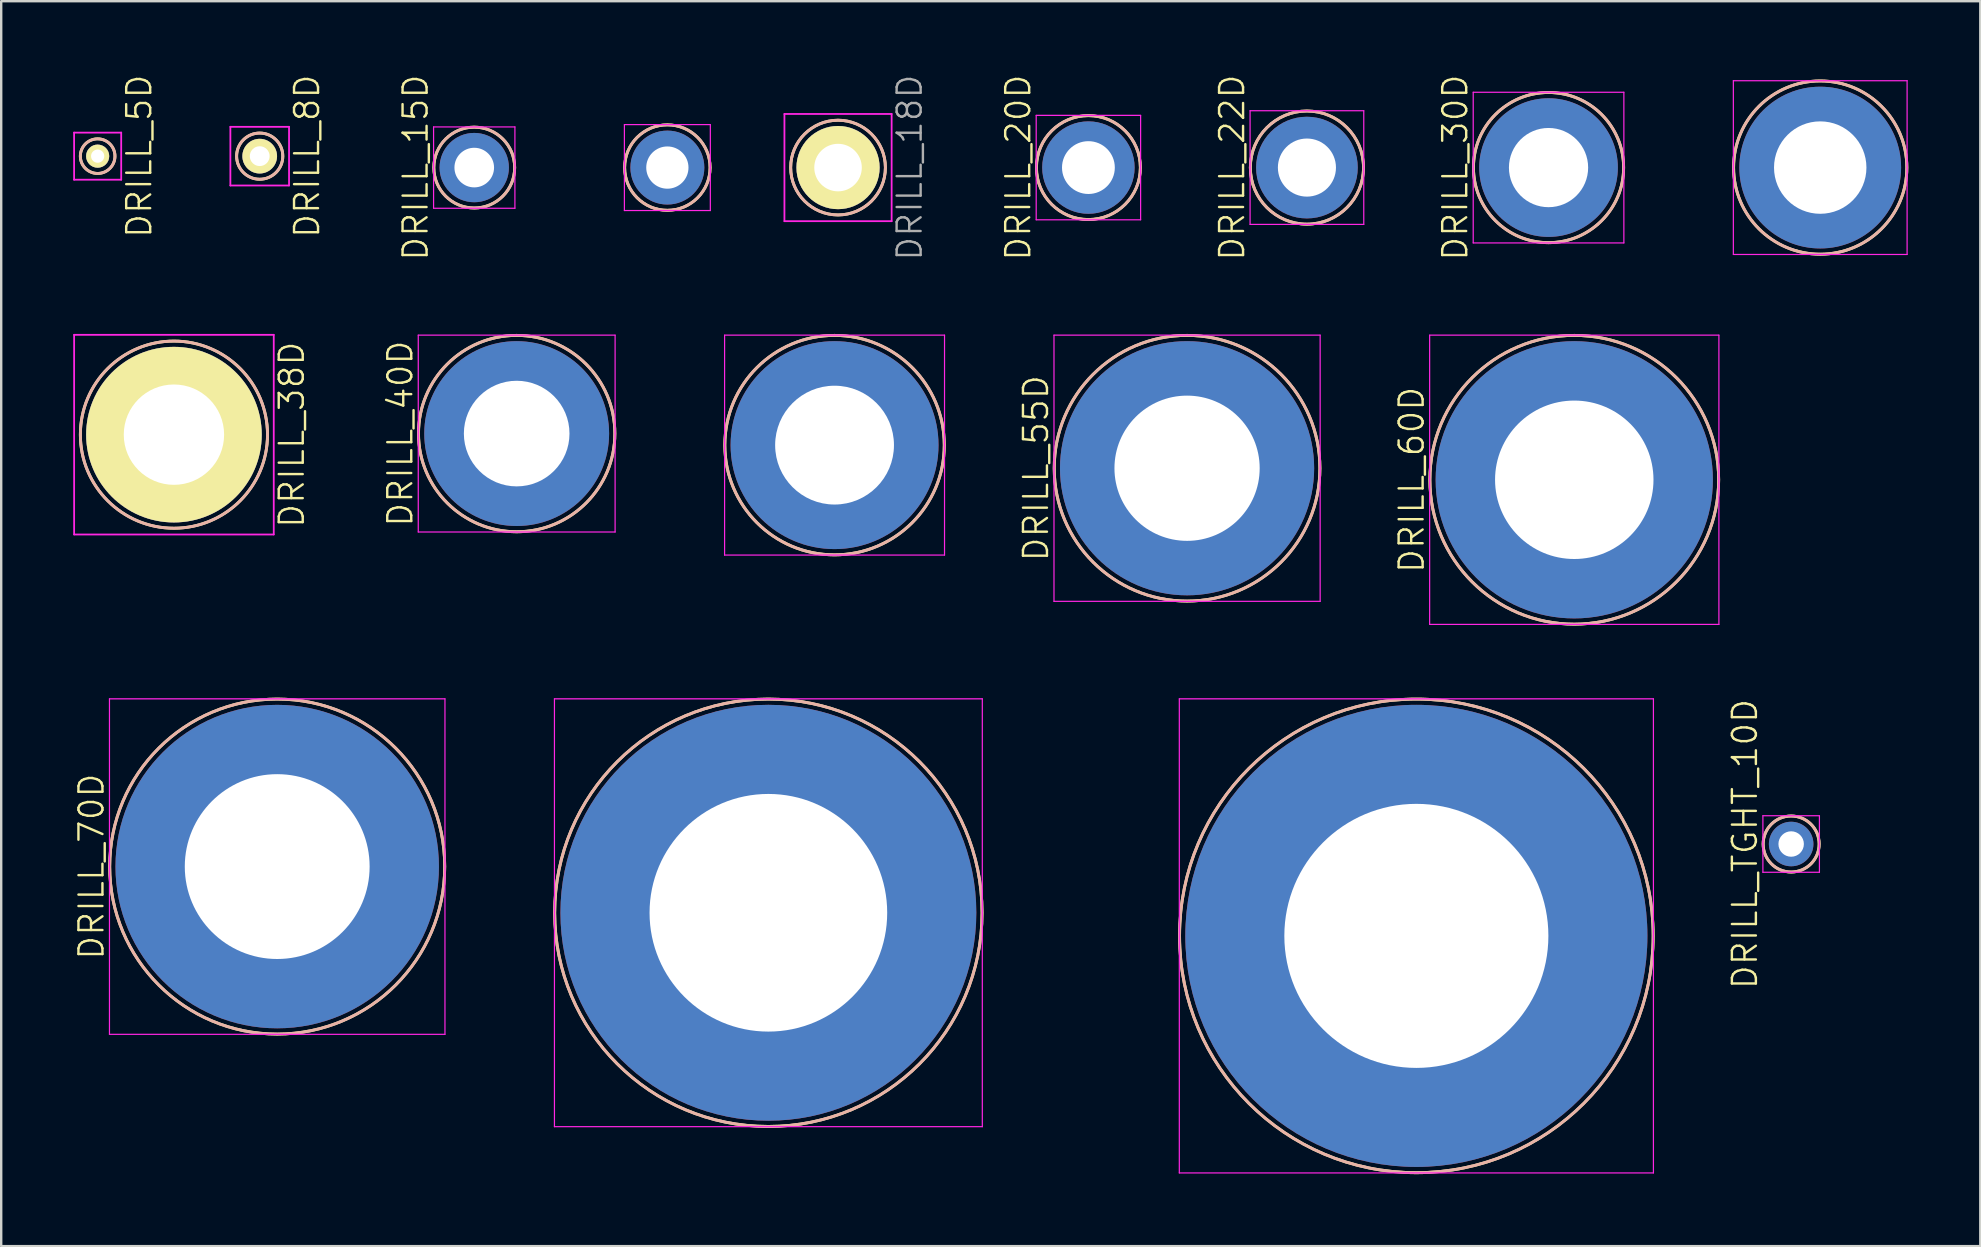
<source format=kicad_pcb>
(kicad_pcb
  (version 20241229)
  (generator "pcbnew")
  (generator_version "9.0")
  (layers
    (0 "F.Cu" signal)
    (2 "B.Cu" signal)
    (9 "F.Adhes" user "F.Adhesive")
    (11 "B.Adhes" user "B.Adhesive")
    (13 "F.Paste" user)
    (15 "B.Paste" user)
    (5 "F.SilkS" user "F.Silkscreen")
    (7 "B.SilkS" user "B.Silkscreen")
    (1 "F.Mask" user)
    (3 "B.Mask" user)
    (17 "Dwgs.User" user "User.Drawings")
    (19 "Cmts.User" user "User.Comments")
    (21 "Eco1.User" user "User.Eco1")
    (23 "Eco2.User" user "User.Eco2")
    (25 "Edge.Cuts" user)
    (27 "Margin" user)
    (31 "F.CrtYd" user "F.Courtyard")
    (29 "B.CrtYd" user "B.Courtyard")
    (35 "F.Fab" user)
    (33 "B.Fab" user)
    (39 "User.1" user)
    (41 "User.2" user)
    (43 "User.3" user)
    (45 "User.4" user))
  (footprint "DRILL_15D"
    (layer "F.Cu")
    (at 16.706 3.931)
    (property "Reference" "DRILL_15D" (at -2.444 0 90) (layer "F.SilkS") (effects (font (size 1 1) (thickness 0.1))))
    (attr through_hole)
    (fp_circle (center 0 0) (end 1.684 0) (stroke (width 0.12) (type solid)) (fill no) (layer "F.SilkS"))
    (fp_circle (center 0 0) (end 1.684 0) (stroke (width 0.12) (type solid)) (fill no) (layer "B.SilkS"))
    (fp_line (start -1.694 -1.694) (end -1.694 1.694) (stroke (width 0.05) (type solid)) (layer "F.CrtYd"))
    (fp_line (start -1.694 1.694) (end 1.694 1.694) (stroke (width 0.05) (type solid)) (layer "F.CrtYd"))
    (fp_line (start 1.694 -1.694) (end -1.694 -1.694) (stroke (width 0.05) (type solid)) (layer "F.CrtYd"))
    (fp_line (start 1.694 1.694) (end 1.694 -1.694) (stroke (width 0.05) (type solid)) (layer "F.CrtYd"))
    (pad "1" thru_hole oval (at 0 0) (size 2.888 2.888) (drill 1.65) (layers "*.Cu" "*.Mask")))
  (footprint "DRILL_60D"
    (layer "F.Cu")
    (at 62.531 16.937)
    (property "Reference" "DRILL_60D" (at -6.775 0 90) (layer "F.SilkS") (effects (font (size 1 1) (thickness 0.1))))
    (attr through_hole)
    (fp_circle (center 0 0) (end 6.015 0) (stroke (width 0.12) (type solid)) (fill no) (layer "F.SilkS"))
    (fp_circle (center 0 0) (end 6.015 0) (stroke (width 0.12) (type solid)) (fill no) (layer "B.SilkS"))
    (fp_line (start -6.025 -6.025) (end -6.025 6.025) (stroke (width 0.05) (type solid)) (layer "F.CrtYd"))
    (fp_line (start -6.025 6.025) (end 6.025 6.025) (stroke (width 0.05) (type solid)) (layer "F.CrtYd"))
    (fp_line (start 6.025 -6.025) (end -6.025 -6.025) (stroke (width 0.05) (type solid)) (layer "F.CrtYd"))
    (fp_line (start 6.025 6.025) (end 6.025 -6.025) (stroke (width 0.05) (type solid)) (layer "F.CrtYd"))
    (pad "1" thru_hole oval (at 0 0) (size 11.55 11.55) (drill 6.6) (layers "*.Cu" "*.Mask")))
  (footprint "DRILL_8D"
    (layer "F.Cu")
    (at 7.769 3.455)
    (property "Reference" "DRILL_8D" (at 1.972 0 90) (layer "F.SilkS") (effects (font (size 1 1) (thickness 0.1))))
    (attr through_hole)
    (fp_circle (center 0 0) (end 0.962 0) (stroke (width 0.12) (type solid)) (fill no) (layer "F.SilkS"))
    (fp_circle (center 0 0) (end 0.962 0) (stroke (width 0.12) (type solid)) (fill no) (layer "B.SilkS"))
    (fp_line (start -1.222 -1.222) (end -1.222 1.222) (stroke (width 0.075) (type solid)) (layer "F.CrtYd"))
    (fp_line (start -1.222 1.222) (end 1.222 1.222) (stroke (width 0.075) (type solid)) (layer "F.CrtYd"))
    (fp_line (start 1.222 -1.222) (end -1.222 -1.222) (stroke (width 0.075) (type solid)) (layer "F.CrtYd"))
    (fp_line (start 1.222 1.222) (end 1.222 -1.222) (stroke (width 0.075) (type solid)) (layer "F.CrtYd"))
    (pad "1" thru_hole oval (at 0 0) (size 1.444 1.444) (drill 0.825) (layers "*.Cu" "*.Mask" "F.SilkS")))
  (footprint "DRILL_45D"
    (layer "F.Cu")
    (at 31.716 15.493)
    (property "Reference" "DRILL_45D" (at -5.331 0 90) (layer "User.1") (effects (font (size 1 1) (thickness 0.1))))
    (attr through_hole)
    (fp_circle (center 0 0) (end 4.571 0) (stroke (width 0.12) (type solid)) (fill no) (layer "F.SilkS"))
    (fp_circle (center 0 0) (end 4.571 0) (stroke (width 0.12) (type solid)) (fill no) (layer "B.SilkS"))
    (fp_line (start -4.581 -4.581) (end -4.581 4.581) (stroke (width 0.05) (type solid)) (layer "F.CrtYd"))
    (fp_line (start -4.581 4.581) (end 4.581 4.581) (stroke (width 0.05) (type solid)) (layer "F.CrtYd"))
    (fp_line (start 4.581 -4.581) (end -4.581 -4.581) (stroke (width 0.05) (type solid)) (layer "F.CrtYd"))
    (fp_line (start 4.581 4.581) (end 4.581 -4.581) (stroke (width 0.05) (type solid)) (layer "F.CrtYd"))
    (pad "1" thru_hole oval (at 0 0) (size 8.662 8.662) (drill 4.95) (layers "*.Cu" "*.Mask")))
  (footprint "DRILL_20D"
    (layer "F.Cu")
    (at 42.291 3.931)
    (property "Reference" "DRILL_20D" (at -2.925 0 90) (layer "F.SilkS") (effects (font (size 1 1) (thickness 0.1))))
    (attr through_hole)
    (fp_circle (center 0 0) (end 2.165 0) (stroke (width 0.12) (type solid)) (fill no) (layer "F.SilkS"))
    (fp_circle (center 0 0) (end 2.165 0) (stroke (width 0.12) (type solid)) (fill no) (layer "B.SilkS"))
    (fp_line (start -2.175 -2.175) (end -2.175 2.175) (stroke (width 0.05) (type solid)) (layer "F.CrtYd"))
    (fp_line (start -2.175 2.175) (end 2.175 2.175) (stroke (width 0.05) (type solid)) (layer "F.CrtYd"))
    (fp_line (start 2.175 -2.175) (end -2.175 -2.175) (stroke (width 0.05) (type solid)) (layer "F.CrtYd"))
    (fp_line (start 2.175 2.175) (end 2.175 -2.175) (stroke (width 0.05) (type solid)) (layer "F.CrtYd"))
    (pad "1" thru_hole oval (at 0 0) (size 3.85 3.85) (drill 2.2) (layers "*.Cu" "*.Mask")))
  (footprint "DRILL_38D"
    (layer "F.Cu")
    (at 4.196 15.057)
    (property "Reference" "DRILL_38D" (at 4.908 0 90) (layer "F.SilkS") (effects (font (size 1 1) (thickness 0.1))))
    (attr through_hole)
    (fp_circle (center 0 0) (end 3.898 0) (stroke (width 0.12) (type solid)) (fill no) (layer "F.SilkS"))
    (fp_circle (center 0 0) (end 3.898 0) (stroke (width 0.12) (type solid)) (fill no) (layer "B.SilkS"))
    (fp_line (start -4.158 -4.158) (end -4.158 4.158) (stroke (width 0.075) (type solid)) (layer "F.CrtYd"))
    (fp_line (start -4.158 4.158) (end 4.158 4.158) (stroke (width 0.075) (type solid)) (layer "F.CrtYd"))
    (fp_line (start 4.158 -4.158) (end -4.158 -4.158) (stroke (width 0.075) (type solid)) (layer "F.CrtYd"))
    (fp_line (start 4.158 4.158) (end 4.158 -4.158) (stroke (width 0.075) (type solid)) (layer "F.CrtYd"))
    (pad "1" thru_hole oval (at 0 0) (size 7.315 7.315) (drill 4.18) (layers "*.Cu" "*.Mask" "F.SilkS")))
  (footprint "DRILL_35D"
    (layer "F.Cu")
    (at 72.777 3.931)
    (property "Reference" "DRILL_35D" (at -4.369 0 90) (layer "User.1") (effects (font (size 1 1) (thickness 0.1))))
    (attr through_hole)
    (fp_circle (center 0 0) (end 3.609 0) (stroke (width 0.12) (type solid)) (fill no) (layer "F.SilkS"))
    (fp_circle (center 0 0) (end 3.609 0) (stroke (width 0.12) (type solid)) (fill no) (layer "B.SilkS"))
    (fp_line (start -3.619 -3.619) (end -3.619 3.619) (stroke (width 0.05) (type solid)) (layer "F.CrtYd"))
    (fp_line (start -3.619 3.619) (end 3.619 3.619) (stroke (width 0.05) (type solid)) (layer "F.CrtYd"))
    (fp_line (start 3.619 -3.619) (end -3.619 -3.619) (stroke (width 0.05) (type solid)) (layer "F.CrtYd"))
    (fp_line (start 3.619 3.619) (end 3.619 -3.619) (stroke (width 0.05) (type solid)) (layer "F.CrtYd"))
    (pad "1" thru_hole oval (at 0 0) (size 6.738 6.738) (drill 3.85) (layers "*.Cu" "*.Mask")))
  (footprint "DRILL_TGHT_10D"
    (layer "F.Cu")
    (at 71.566 32.11)
    (property "Reference" "DRILL_TGHT_10D" (at -1.927 0 90) (layer "F.SilkS") (effects (font (size 1 1) (thickness 0.1))))
    (attr through_hole)
    (fp_circle (center 0 0) (end 1.167 0) (stroke (width 0.12) (type solid)) (fill no) (layer "F.SilkS"))
    (fp_circle (center 0 0) (end 1.167 0) (stroke (width 0.12) (type solid)) (fill no) (layer "B.SilkS"))
    (fp_line (start -1.177 -1.177) (end -1.177 1.177) (stroke (width 0.05) (type solid)) (layer "F.CrtYd"))
    (fp_line (start -1.177 1.177) (end 1.177 1.177) (stroke (width 0.05) (type solid)) (layer "F.CrtYd"))
    (fp_line (start 1.177 -1.177) (end -1.177 -1.177) (stroke (width 0.05) (type solid)) (layer "F.CrtYd"))
    (fp_line (start 1.177 1.177) (end 1.177 -1.177) (stroke (width 0.05) (type solid)) (layer "F.CrtYd"))
    (pad "1" thru_hole oval (at 0 0) (size 1.855 1.855) (drill 1.06) (layers "*.Cu" "*.Mask")))
  (footprint "DRILL_55D"
    (layer "F.Cu")
    (at 46.401 16.456)
    (property "Reference" "DRILL_55D" (at -6.294 0 90) (layer "F.SilkS") (effects (font (size 1 1) (thickness 0.1))))
    (attr through_hole)
    (fp_circle (center 0 0) (end 5.534 0) (stroke (width 0.12) (type solid)) (fill no) (layer "F.SilkS"))
    (fp_circle (center 0 0) (end 5.534 0) (stroke (width 0.12) (type solid)) (fill no) (layer "B.SilkS"))
    (fp_line (start -5.544 -5.544) (end -5.544 5.544) (stroke (width 0.05) (type solid)) (layer "F.CrtYd"))
    (fp_line (start -5.544 5.544) (end 5.544 5.544) (stroke (width 0.05) (type solid)) (layer "F.CrtYd"))
    (fp_line (start 5.544 -5.544) (end -5.544 -5.544) (stroke (width 0.05) (type solid)) (layer "F.CrtYd"))
    (fp_line (start 5.544 5.544) (end 5.544 -5.544) (stroke (width 0.05) (type solid)) (layer "F.CrtYd"))
    (pad "1" thru_hole oval (at 0 0) (size 10.588 10.588) (drill 6.05) (layers "*.Cu" "*.Mask")))
  (footprint "DRILL_18D"
    (layer "F.Cu")
    (at 31.861 3.931)
    (property "Reference" "DRILL_18D" (at 2.983 0 90) (layer "F.Fab") (effects (font (size 1 1) (thickness 0.1))))
    (attr through_hole)
    (fp_circle (center 0 0) (end 1.973 0) (stroke (width 0.12) (type solid)) (fill no) (layer "F.SilkS"))
    (fp_circle (center 0 0) (end 1.973 0) (stroke (width 0.12) (type solid)) (fill no) (layer "B.SilkS"))
    (fp_line (start -2.233 -2.233) (end -2.233 2.233) (stroke (width 0.075) (type solid)) (layer "F.CrtYd"))
    (fp_line (start -2.233 2.233) (end 2.233 2.233) (stroke (width 0.075) (type solid)) (layer "F.CrtYd"))
    (fp_line (start 2.233 -2.233) (end -2.233 -2.233) (stroke (width 0.075) (type solid)) (layer "F.CrtYd"))
    (fp_line (start 2.233 2.233) (end 2.233 -2.233) (stroke (width 0.075) (type solid)) (layer "F.CrtYd"))
    (pad "D" thru_hole oval (at 0 0) (size 3.465 3.465) (drill 1.98) (layers "*.Cu" "*.Mask" "F.SilkS")))
  (footprint "DRILL_30D"
    (layer "F.Cu")
    (at 61.459 3.931)
    (property "Reference" "DRILL_30D" (at -3.888 0 90) (layer "F.SilkS") (effects (font (size 1 1) (thickness 0.1))))
    (attr through_hole)
    (fp_circle (center 0 0) (end 3.128 0) (stroke (width 0.12) (type solid)) (fill no) (layer "F.SilkS"))
    (fp_circle (center 0 0) (end 3.128 0) (stroke (width 0.12) (type solid)) (fill no) (layer "B.SilkS"))
    (fp_line (start -3.138 -3.138) (end -3.138 3.138) (stroke (width 0.05) (type solid)) (layer "F.CrtYd"))
    (fp_line (start -3.138 3.138) (end 3.138 3.138) (stroke (width 0.05) (type solid)) (layer "F.CrtYd"))
    (fp_line (start 3.138 -3.138) (end -3.138 -3.138) (stroke (width 0.05) (type solid)) (layer "F.CrtYd"))
    (fp_line (start 3.138 3.138) (end 3.138 -3.138) (stroke (width 0.05) (type solid)) (layer "F.CrtYd"))
    (pad "1" thru_hole oval (at 0 0) (size 5.775 5.775) (drill 3.3) (layers "*.Cu" "*.Mask")))
  (footprint "DRILL_100D"
    (layer "F.Cu")
    (at 55.953 35.937)
    (property "Reference" "DRILL_100D" (at -10.625 0 0) (layer "User.1") (effects (font (size 1 1) (thickness 0.1))))
    (attr through_hole)
    (fp_circle (center 0 0) (end 9.865 0) (stroke (width 0.12) (type solid)) (fill no) (layer "F.SilkS"))
    (fp_circle (center 0 0) (end 9.865 0) (stroke (width 0.12) (type solid)) (fill no) (layer "B.SilkS"))
    (fp_line (start -9.875 -9.875) (end -9.875 9.875) (stroke (width 0.05) (type solid)) (layer "F.CrtYd"))
    (fp_line (start -9.875 9.875) (end 9.875 9.875) (stroke (width 0.05) (type solid)) (layer "F.CrtYd"))
    (fp_line (start 9.875 -9.875) (end -9.875 -9.875) (stroke (width 0.05) (type solid)) (layer "F.CrtYd"))
    (fp_line (start 9.875 9.875) (end 9.875 -9.875) (stroke (width 0.05) (type solid)) (layer "F.CrtYd"))
    (pad "1" thru_hole oval (at 0 0) (size 19.25 19.25) (drill 11) (layers "*.Cu" "*.Mask")))
  (footprint "DRILL_40D"
    (layer "F.Cu")
    (at 18.474 15.012)
    (property "Reference" "DRILL_40D" (at -4.85 0 90) (layer "F.SilkS") (effects (font (size 1 1) (thickness 0.1))))
    (attr through_hole)
    (fp_circle (center 0 0) (end 4.09 0) (stroke (width 0.12) (type solid)) (fill no) (layer "F.SilkS"))
    (fp_circle (center 0 0) (end 4.09 0) (stroke (width 0.12) (type solid)) (fill no) (layer "B.SilkS"))
    (fp_line (start -4.1 -4.1) (end -4.1 4.1) (stroke (width 0.05) (type solid)) (layer "F.CrtYd"))
    (fp_line (start -4.1 4.1) (end 4.1 4.1) (stroke (width 0.05) (type solid)) (layer "F.CrtYd"))
    (fp_line (start 4.1 -4.1) (end -4.1 -4.1) (stroke (width 0.05) (type solid)) (layer "F.CrtYd"))
    (fp_line (start 4.1 4.1) (end 4.1 -4.1) (stroke (width 0.05) (type solid)) (layer "F.CrtYd"))
    (pad "1" thru_hole oval (at 0 0) (size 7.7 7.7) (drill 4.4) (layers "*.Cu" "*.Mask")))
  (footprint "DRILL_22D"
    (layer "F.Cu")
    (at 51.394 3.931)
    (property "Reference" "DRILL_22D" (at -3.118 0 90) (layer "F.SilkS") (effects (font (size 1 1) (thickness 0.1))))
    (attr through_hole)
    (fp_circle (center 0 0) (end 2.357 0) (stroke (width 0.12) (type solid)) (fill no) (layer "F.SilkS"))
    (fp_circle (center 0 0) (end 2.357 0) (stroke (width 0.12) (type solid)) (fill no) (layer "B.SilkS"))
    (fp_line (start -2.368 -2.368) (end -2.368 2.368) (stroke (width 0.05) (type solid)) (layer "F.CrtYd"))
    (fp_line (start -2.368 2.368) (end 2.368 2.368) (stroke (width 0.05) (type solid)) (layer "F.CrtYd"))
    (fp_line (start 2.368 -2.368) (end -2.368 -2.368) (stroke (width 0.05) (type solid)) (layer "F.CrtYd"))
    (fp_line (start 2.368 2.368) (end 2.368 -2.368) (stroke (width 0.05) (type solid)) (layer "F.CrtYd"))
    (pad "1" thru_hole oval (at 0 0) (size 4.235 4.235) (drill 2.42) (layers "*.Cu" "*.Mask")))
  (footprint "DRILL_90D"
    (layer "F.Cu")
    (at 28.959 34.974)
    (property "Reference" "DRILL_90D" (at -9.662 0 90) (layer "User.1") (effects (font (size 1 1) (thickness 0.1))))
    (attr through_hole)
    (fp_circle (center 0 0) (end 8.902 0) (stroke (width 0.12) (type solid)) (fill no) (layer "F.SilkS"))
    (fp_circle (center 0 0) (end 8.902 0) (stroke (width 0.12) (type solid)) (fill no) (layer "B.SilkS"))
    (fp_line (start -8.912 -8.912) (end -8.912 8.912) (stroke (width 0.05) (type solid)) (layer "F.CrtYd"))
    (fp_line (start -8.912 8.912) (end 8.912 8.912) (stroke (width 0.05) (type solid)) (layer "F.CrtYd"))
    (fp_line (start 8.912 -8.912) (end -8.912 -8.912) (stroke (width 0.05) (type solid)) (layer "F.CrtYd"))
    (fp_line (start 8.912 8.912) (end 8.912 -8.912) (stroke (width 0.05) (type solid)) (layer "F.CrtYd"))
    (pad "1" thru_hole oval (at 0 0) (size 17.325 17.325) (drill 9.9) (layers "*.Cu" "*.Mask")))
  (footprint "DRILL_70D"
    (layer "F.Cu")
    (at 8.498 33.05)
    (property "Reference" "DRILL_70D" (at -7.738 0 90) (layer "F.SilkS") (effects (font (size 1 1) (thickness 0.1))))
    (attr through_hole)
    (fp_circle (center 0 0) (end 6.978 0) (stroke (width 0.12) (type solid)) (fill no) (layer "F.SilkS"))
    (fp_circle (center 0 0) (end 6.978 0) (stroke (width 0.12) (type solid)) (fill no) (layer "B.SilkS"))
    (fp_line (start -6.988 -6.988) (end -6.988 6.988) (stroke (width 0.05) (type solid)) (layer "F.CrtYd"))
    (fp_line (start -6.988 6.988) (end 6.988 6.988) (stroke (width 0.05) (type solid)) (layer "F.CrtYd"))
    (fp_line (start 6.988 -6.988) (end -6.988 -6.988) (stroke (width 0.05) (type solid)) (layer "F.CrtYd"))
    (fp_line (start 6.988 6.988) (end 6.988 -6.988) (stroke (width 0.05) (type solid)) (layer "F.CrtYd"))
    (pad "1" thru_hole oval (at 0 0) (size 13.475 13.475) (drill 7.7) (layers "*.Cu" "*.Mask")))
  (footprint "DRILL_5D"
    (layer "F.Cu")
    (at 1.018 3.455)
    (property "Reference" "DRILL_5D" (at 1.731 0 90) (layer "F.SilkS") (effects (font (size 1 1) (thickness 0.1))))
    (attr through_hole)
    (fp_circle (center 0 0) (end 0.721 0) (stroke (width 0.12) (type solid)) (fill no) (layer "F.SilkS"))
    (fp_circle (center 0 0) (end 0.721 0) (stroke (width 0.12) (type solid)) (fill no) (layer "B.SilkS"))
    (fp_line (start -0.981 -0.981) (end -0.981 0.981) (stroke (width 0.075) (type solid)) (layer "F.CrtYd"))
    (fp_line (start -0.981 0.981) (end 0.981 0.981) (stroke (width 0.075) (type solid)) (layer "F.CrtYd"))
    (fp_line (start 0.981 -0.981) (end -0.981 -0.981) (stroke (width 0.075) (type solid)) (layer "F.CrtYd"))
    (fp_line (start 0.981 0.981) (end 0.981 -0.981) (stroke (width 0.075) (type solid)) (layer "F.CrtYd"))
    (pad "1" thru_hole oval (at 0 0) (size 0.963 0.963) (drill 0.55) (layers "*.Cu" "*.Mask" "F.SilkS")))
  (footprint "DRILL_16D"
    (layer "F.Cu")
    (at 24.751 3.931)
    (property "Reference" "DRILL_16D" (at -2.54 0 90) (layer "User.1") (effects (font (size 1 1) (thickness 0.1))))
    (attr through_hole)
    (fp_circle (center 0 0) (end 1.78 0) (stroke (width 0.12) (type solid)) (fill no) (layer "F.SilkS"))
    (fp_circle (center 0 0) (end 1.78 0) (stroke (width 0.12) (type solid)) (fill no) (layer "B.SilkS"))
    (fp_line (start -1.79 -1.79) (end -1.79 1.79) (stroke (width 0.05) (type solid)) (layer "F.CrtYd"))
    (fp_line (start -1.79 1.79) (end 1.79 1.79) (stroke (width 0.05) (type solid)) (layer "F.CrtYd"))
    (fp_line (start 1.79 -1.79) (end -1.79 -1.79) (stroke (width 0.05) (type solid)) (layer "F.CrtYd"))
    (fp_line (start 1.79 1.79) (end 1.79 -1.79) (stroke (width 0.05) (type solid)) (layer "F.CrtYd"))
    (pad "1" thru_hole oval (at 0 0) (size 3.08 3.08) (drill 1.76) (layers "*.Cu" "*.Mask")))
  (gr_rect
    (start -3 -3)
    (end 79.446 48.862)
    (stroke (width 0.1) (type default))
    (fill no)
    (layer "Edge.Cuts")))
</source>
